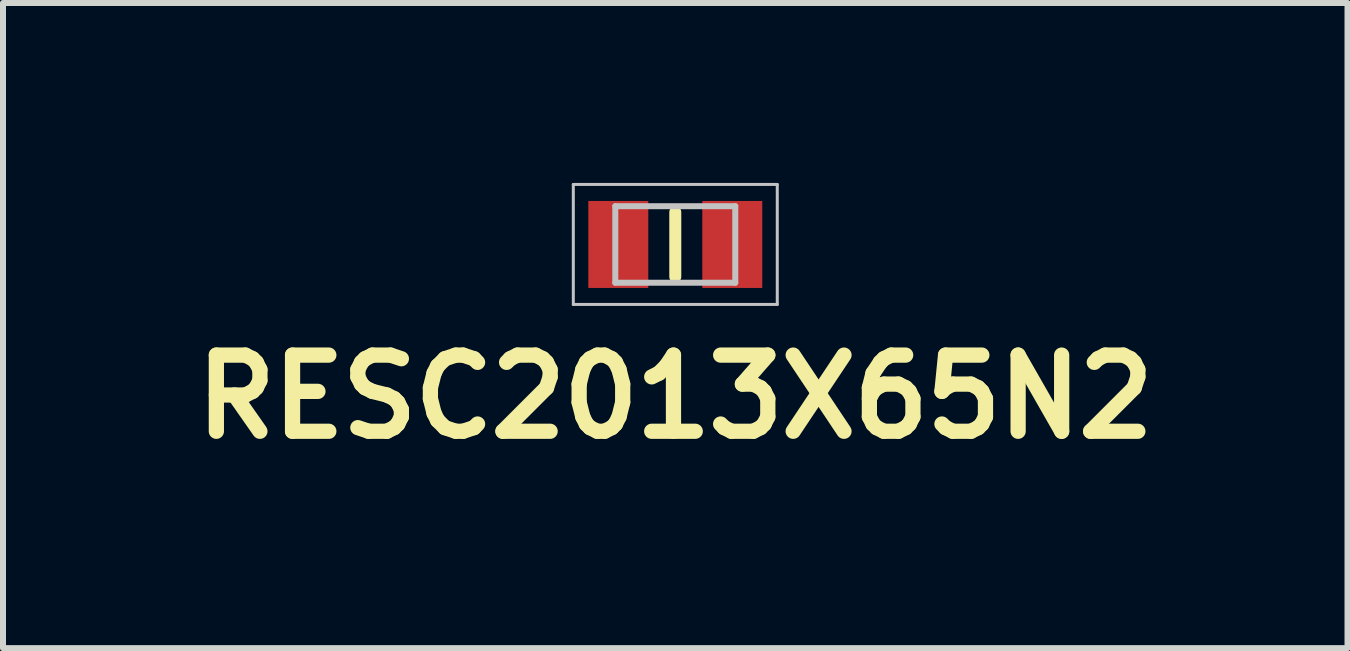
<source format=kicad_pcb>
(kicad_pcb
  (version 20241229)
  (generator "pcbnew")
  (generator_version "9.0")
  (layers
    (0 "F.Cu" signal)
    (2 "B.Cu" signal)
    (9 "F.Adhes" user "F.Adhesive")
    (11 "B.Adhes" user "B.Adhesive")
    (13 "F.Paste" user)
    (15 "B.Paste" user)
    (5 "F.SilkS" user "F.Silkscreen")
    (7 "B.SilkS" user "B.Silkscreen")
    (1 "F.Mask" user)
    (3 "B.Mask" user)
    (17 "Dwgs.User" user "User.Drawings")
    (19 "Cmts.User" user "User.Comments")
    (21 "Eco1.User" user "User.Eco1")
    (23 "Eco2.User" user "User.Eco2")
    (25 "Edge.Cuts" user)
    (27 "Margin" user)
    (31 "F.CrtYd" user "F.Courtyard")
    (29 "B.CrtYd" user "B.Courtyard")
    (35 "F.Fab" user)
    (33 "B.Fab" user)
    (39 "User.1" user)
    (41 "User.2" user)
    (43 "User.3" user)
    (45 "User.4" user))
  (footprint "RESC2013X65N2"
    (layer "F.Cu")
    (at 8.207 1.025)
    (property "Reference" "RESC2013X65N2" (at 0 2.54 0) (unlocked yes) (layer "F.SilkS") (effects (font (size 1.27 1.27) (thickness 0.254))))
    (attr smd)
    (fp_line (start 0 -0.538) (end 0 0.538) (stroke (width 0.2) (type solid)) (layer "F.SilkS"))
    (fp_line (start -1.7 -1) (end 1.7 -1) (stroke (width 0.05) (type solid)) (layer "Dwgs.User"))
    (fp_line (start -1.7 1) (end -1.7 -1) (stroke (width 0.05) (type solid)) (layer "Dwgs.User"))
    (fp_line (start -1 -0.638) (end 1 -0.638) (stroke (width 0.1) (type solid)) (layer "Dwgs.User"))
    (fp_line (start -1 0.638) (end -1 -0.638) (stroke (width 0.1) (type solid)) (layer "Dwgs.User"))
    (fp_line (start 1 -0.638) (end 1 0.638) (stroke (width 0.1) (type solid)) (layer "Dwgs.User"))
    (fp_line (start 1 0.638) (end -1 0.638) (stroke (width 0.1) (type solid)) (layer "Dwgs.User"))
    (fp_line (start 1.7 -1) (end 1.7 1) (stroke (width 0.05) (type solid)) (layer "Dwgs.User"))
    (fp_line (start 1.7 1) (end -1.7 1) (stroke (width 0.05) (type solid)) (layer "Dwgs.User"))
    (pad "1" smd rect (at -0.95 0) (size 1 1.45) (layers "F.Cu" "F.Mask" "F.Paste"))
    (pad "2" smd rect (at 0.95 0) (size 1 1.45) (layers "F.Cu" "F.Mask" "F.Paste")))
  (gr_rect
    (start -3 -3)
    (end 19.413 7.754)
    (stroke (width 0.1) (type default))
    (fill no)
    (layer "Edge.Cuts")))
</source>
